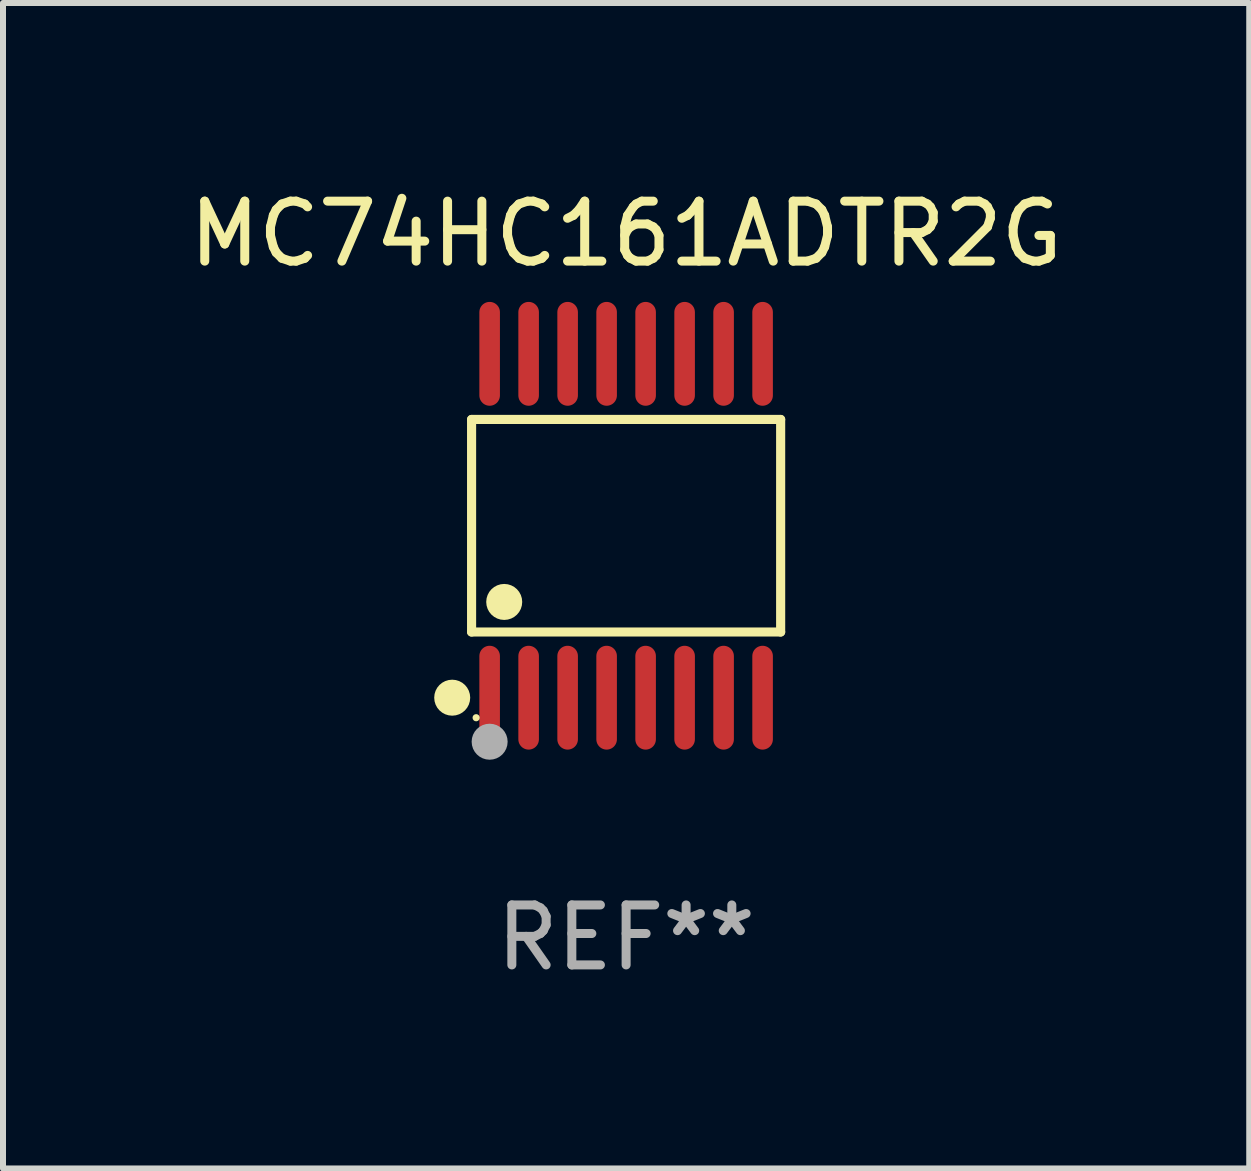
<source format=kicad_pcb>
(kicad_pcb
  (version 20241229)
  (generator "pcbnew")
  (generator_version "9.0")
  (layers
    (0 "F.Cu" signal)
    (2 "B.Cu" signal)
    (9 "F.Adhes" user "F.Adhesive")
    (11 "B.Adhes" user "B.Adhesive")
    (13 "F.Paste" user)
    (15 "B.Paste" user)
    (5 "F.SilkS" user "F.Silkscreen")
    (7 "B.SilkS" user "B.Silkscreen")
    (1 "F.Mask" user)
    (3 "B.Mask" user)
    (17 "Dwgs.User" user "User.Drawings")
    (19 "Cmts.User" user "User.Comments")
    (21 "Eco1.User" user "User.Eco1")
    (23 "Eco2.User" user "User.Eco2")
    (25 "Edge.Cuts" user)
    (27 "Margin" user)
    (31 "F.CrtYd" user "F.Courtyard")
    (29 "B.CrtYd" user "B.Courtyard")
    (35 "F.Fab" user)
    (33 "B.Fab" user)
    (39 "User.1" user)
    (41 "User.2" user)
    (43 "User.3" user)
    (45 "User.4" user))
  (footprint "MC74HC161ADTR2G"
    (layer "F.Cu")
    (at 7.387 5.714)
    (property "Reference" "MC74HC161ADTR2G" (at 0 -4.866 0) (layer "F.SilkS") (effects (font (size 1 1) (thickness 0.15))))
    (attr through_hole)
    (fp_line (start -2.576 -1.772) (end 2.576 -1.772) (stroke (width 0.152) (type solid)) (layer "F.SilkS"))
    (fp_line (start -2.576 1.771) (end -2.576 -1.772) (stroke (width 0.152) (type solid)) (layer "F.SilkS"))
    (fp_line (start 2.576 -1.772) (end 2.576 1.771) (stroke (width 0.152) (type solid)) (layer "F.SilkS"))
    (fp_line (start 2.576 1.771) (end -2.576 1.771) (stroke (width 0.152) (type solid)) (layer "F.SilkS"))
    (fp_circle (center -2.899 2.866) (end -2.749 2.866) (stroke (width 0.3) (type solid)) (fill no) (layer "F.SilkS"))
    (fp_circle (center -2.5 3.2) (end -2.47 3.2) (stroke (width 0.06) (type solid)) (fill no) (layer "F.SilkS"))
    (fp_circle (center -2.032 1.27) (end -1.882 1.27) (stroke (width 0.3) (type solid)) (fill no) (layer "F.SilkS"))
    (fp_circle (center -2.275 3.6) (end -2.125 3.6) (stroke (width 0.3) (type solid)) (fill no) (layer "F.Fab"))
    (fp_text user "REF**" (at 0 6.866 0) (layer "F.Fab") (effects (font (size 1 1) (thickness 0.15))))
    (pad "1" smd oval (at -2.275 2.866) (size 0.343 1.731) (layers "F.Cu" "F.Mask" "F.Paste"))
    (pad "2" smd oval (at -1.625 2.866) (size 0.343 1.731) (layers "F.Cu" "F.Mask" "F.Paste"))
    (pad "3" smd oval (at -0.975 2.866) (size 0.343 1.731) (layers "F.Cu" "F.Mask" "F.Paste"))
    (pad "4" smd oval (at -0.325 2.866) (size 0.343 1.731) (layers "F.Cu" "F.Mask" "F.Paste"))
    (pad "5" smd oval (at 0.325 2.866) (size 0.343 1.731) (layers "F.Cu" "F.Mask" "F.Paste"))
    (pad "6" smd oval (at 0.975 2.866) (size 0.343 1.731) (layers "F.Cu" "F.Mask" "F.Paste"))
    (pad "7" smd oval (at 1.625 2.866) (size 0.343 1.731) (layers "F.Cu" "F.Mask" "F.Paste"))
    (pad "8" smd oval (at 2.275 2.866) (size 0.343 1.731) (layers "F.Cu" "F.Mask" "F.Paste"))
    (pad "9" smd oval (at 2.275 -2.866) (size 0.343 1.731) (layers "F.Cu" "F.Mask" "F.Paste"))
    (pad "10" smd oval (at 1.625 -2.866) (size 0.343 1.731) (layers "F.Cu" "F.Mask" "F.Paste"))
    (pad "11" smd oval (at 0.975 -2.866) (size 0.343 1.731) (layers "F.Cu" "F.Mask" "F.Paste"))
    (pad "12" smd oval (at 0.325 -2.866) (size 0.343 1.731) (layers "F.Cu" "F.Mask" "F.Paste"))
    (pad "13" smd oval (at -0.325 -2.866) (size 0.343 1.731) (layers "F.Cu" "F.Mask" "F.Paste"))
    (pad "14" smd oval (at -0.975 -2.866) (size 0.343 1.731) (layers "F.Cu" "F.Mask" "F.Paste"))
    (pad "15" smd oval (at -1.625 -2.866) (size 0.343 1.731) (layers "F.Cu" "F.Mask" "F.Paste"))
    (pad "16" smd oval (at -2.275 -2.866) (size 0.343 1.731) (layers "F.Cu" "F.Mask" "F.Paste")))
  (gr_rect
    (start -3 -3)
    (end 17.774 16.428)
    (stroke (width 0.1) (type default))
    (fill no)
    (layer "Edge.Cuts")))
</source>
